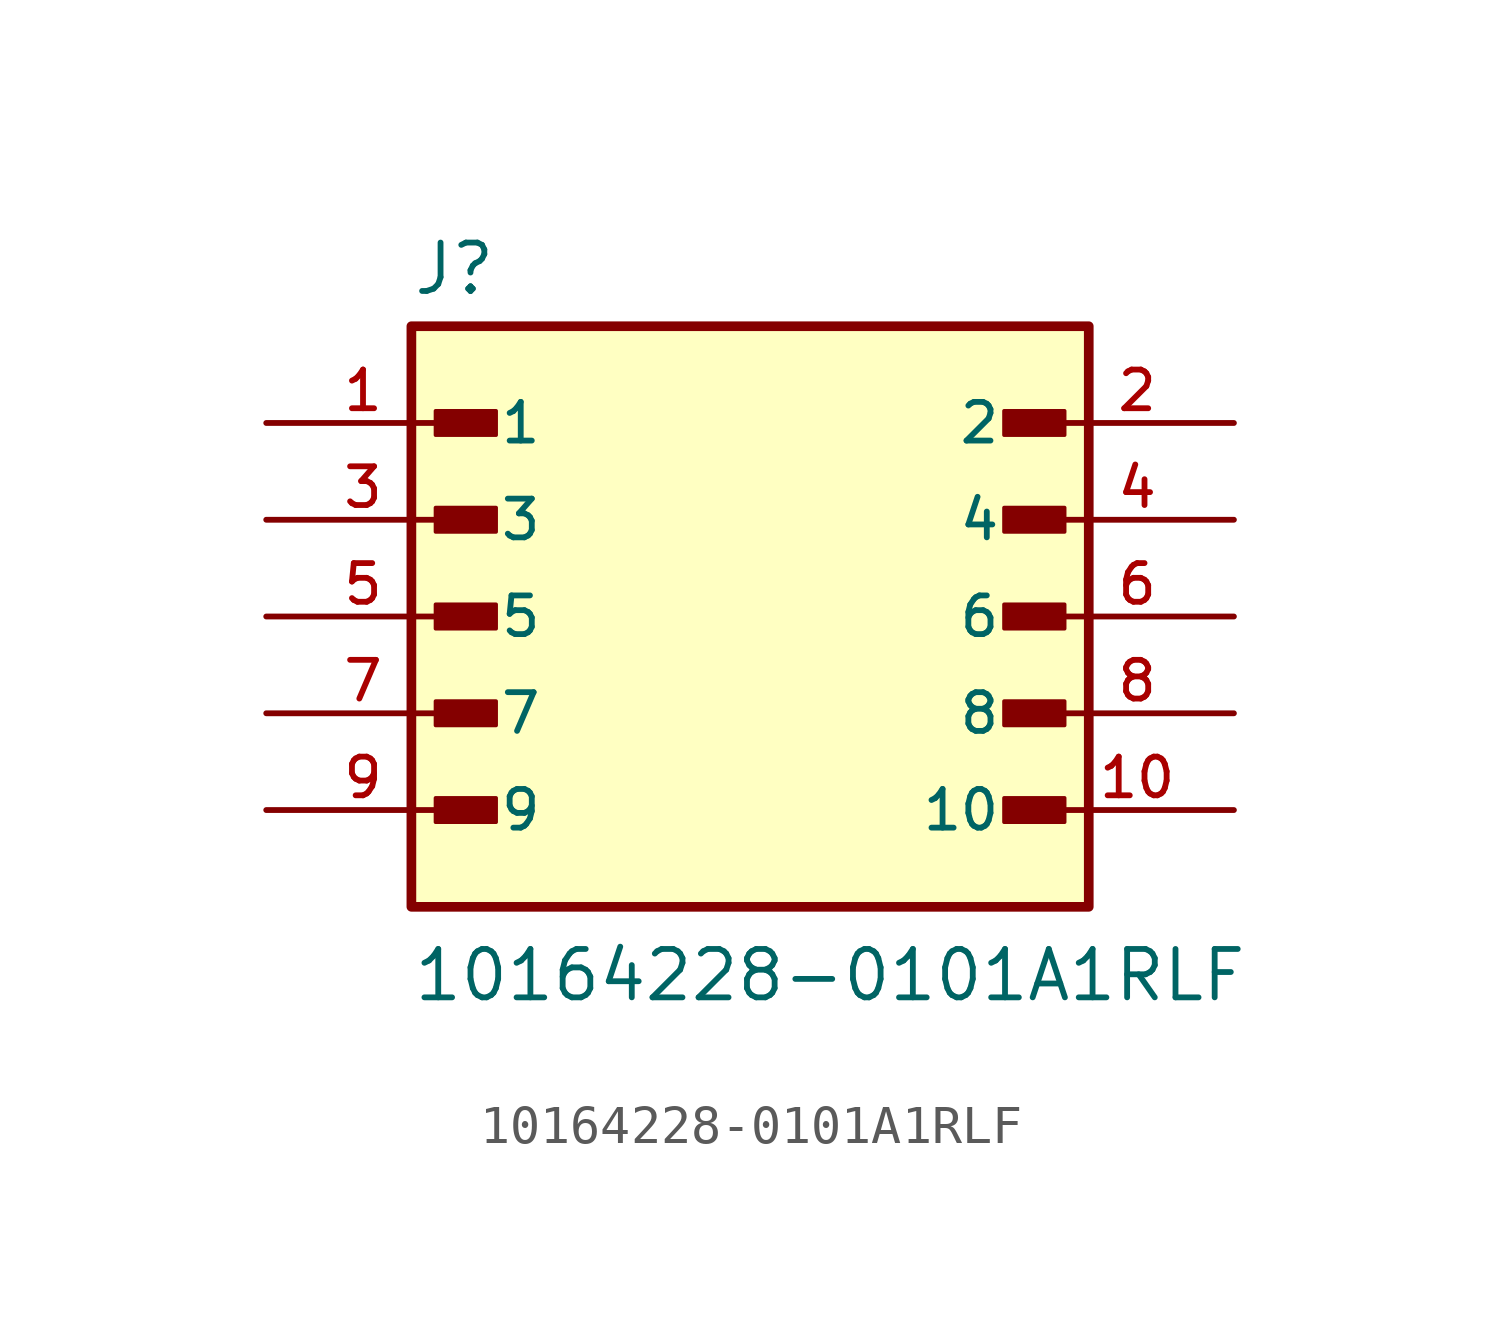
<source format=kicad_sym>
(kicad_symbol_lib
  (version 20241209)
  (generator "kicad_symbol_editor")
  (generator_version "9.0")
  (symbol "10164228-0101A1RLF"
    (pin_names
      (offset 1.016))
    (property "Reference" "J"
      (at -8.89 8.382 0)
      (effects (font (size 1.27 1.27)) (justify left bottom)))
    (property "Value" "10164228-0101A1RLF"
      (at -8.89 -10.16 0)
      (effects (font (size 1.27 1.27)) (justify left bottom)))
    (symbol "10164228-0101A1RLF_0_0"
      (rectangle (start -8.89 -7.62) (end 8.89 7.62) (stroke (width 0.254) (type default)) (fill (type background)))
      (rectangle (start -8.255 4.763) (end -6.668 5.397) (stroke (width 0.1) (type default)) (fill (type outline)))
      (rectangle (start -8.255 2.223) (end -6.668 2.857) (stroke (width 0.1) (type default)) (fill (type outline)))
      (rectangle (start -8.255 -0.318) (end -6.668 0.318) (stroke (width 0.1) (type default)) (fill (type outline)))
      (rectangle (start -8.255 -2.857) (end -6.668 -2.223) (stroke (width 0.1) (type default)) (fill (type outline)))
      (rectangle (start -8.255 -5.397) (end -6.668 -4.763) (stroke (width 0.1) (type default)) (fill (type outline)))
      (rectangle (start 6.668 4.763) (end 8.255 5.397) (stroke (width 0.1) (type default)) (fill (type outline)))
      (rectangle (start 6.668 2.223) (end 8.255 2.857) (stroke (width 0.1) (type default)) (fill (type outline)))
      (rectangle (start 6.668 -0.318) (end 8.255 0.318) (stroke (width 0.1) (type default)) (fill (type outline)))
      (rectangle (start 6.668 -2.857) (end 8.255 -2.223) (stroke (width 0.1) (type default)) (fill (type outline)))
      (rectangle (start 6.668 -5.397) (end 8.255 -4.763) (stroke (width 0.1) (type default)) (fill (type outline)))
      (pin passive line (at -12.7 5.08 0) (length 5.08) (name "1" (effects (font (size 1.016 1.016)))) (number "1" (effects (font (size 1.016 1.016)))))
      (pin passive line (at -12.7 2.54 0) (length 5.08) (name "3" (effects (font (size 1.016 1.016)))) (number "3" (effects (font (size 1.016 1.016)))))
      (pin passive line (at -12.7 0 0) (length 5.08) (name "5" (effects (font (size 1.016 1.016)))) (number "5" (effects (font (size 1.016 1.016)))))
      (pin passive line (at -12.7 -2.54 0) (length 5.08) (name "7" (effects (font (size 1.016 1.016)))) (number "7" (effects (font (size 1.016 1.016)))))
      (pin passive line (at -12.7 -5.08 0) (length 5.08) (name "9" (effects (font (size 1.016 1.016)))) (number "9" (effects (font (size 1.016 1.016)))))
      (pin passive line (at 12.7 5.08 180) (length 5.08) (name "2" (effects (font (size 1.016 1.016)))) (number "2" (effects (font (size 1.016 1.016)))))
      (pin passive line (at 12.7 2.54 180) (length 5.08) (name "4" (effects (font (size 1.016 1.016)))) (number "4" (effects (font (size 1.016 1.016)))))
      (pin passive line (at 12.7 0 180) (length 5.08) (name "6" (effects (font (size 1.016 1.016)))) (number "6" (effects (font (size 1.016 1.016)))))
      (pin passive line (at 12.7 -2.54 180) (length 5.08) (name "8" (effects (font (size 1.016 1.016)))) (number "8" (effects (font (size 1.016 1.016)))))
      (pin passive line (at 12.7 -5.08 180) (length 5.08) (name "10" (effects (font (size 1.016 1.016)))) (number "10" (effects (font (size 1.016 1.016))))))))
</source>
